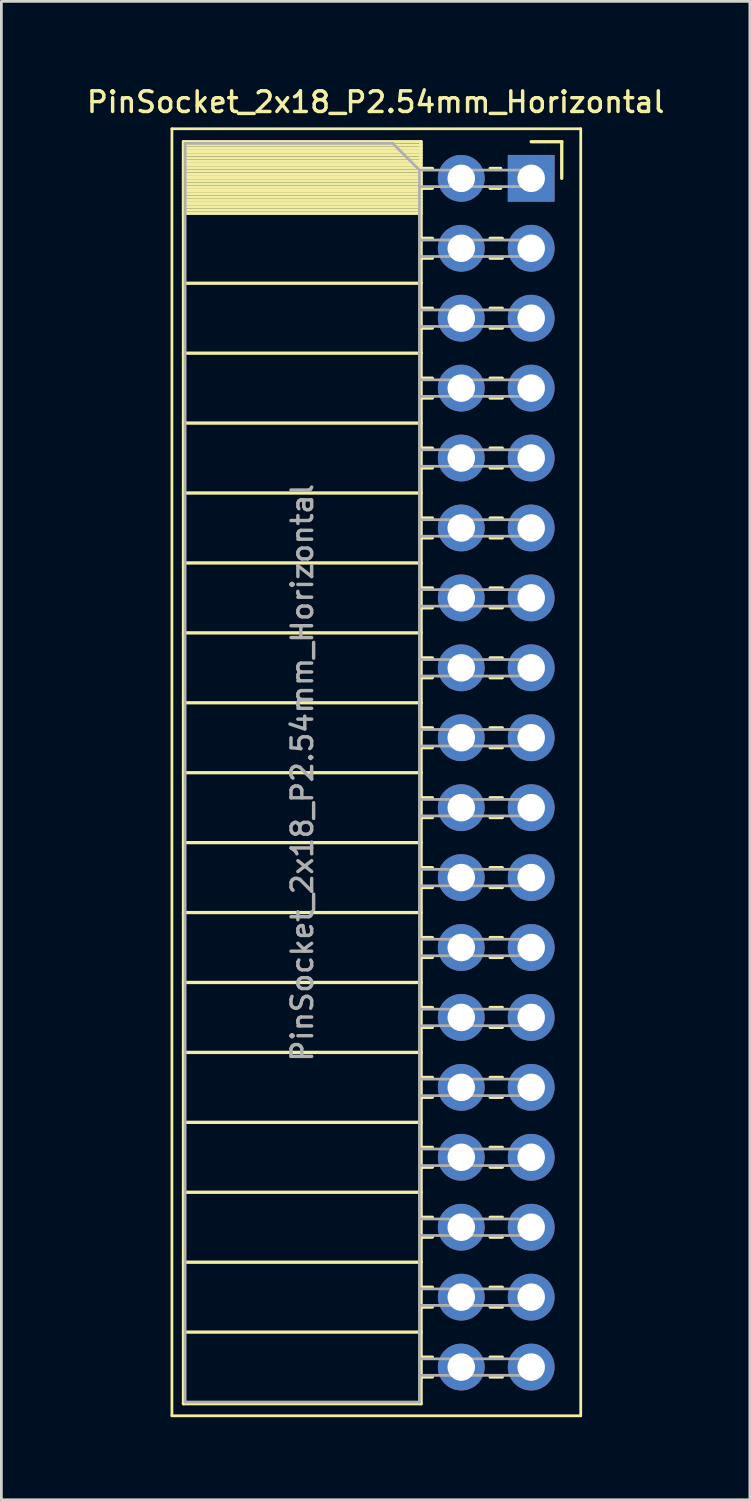
<source format=kicad_pcb>
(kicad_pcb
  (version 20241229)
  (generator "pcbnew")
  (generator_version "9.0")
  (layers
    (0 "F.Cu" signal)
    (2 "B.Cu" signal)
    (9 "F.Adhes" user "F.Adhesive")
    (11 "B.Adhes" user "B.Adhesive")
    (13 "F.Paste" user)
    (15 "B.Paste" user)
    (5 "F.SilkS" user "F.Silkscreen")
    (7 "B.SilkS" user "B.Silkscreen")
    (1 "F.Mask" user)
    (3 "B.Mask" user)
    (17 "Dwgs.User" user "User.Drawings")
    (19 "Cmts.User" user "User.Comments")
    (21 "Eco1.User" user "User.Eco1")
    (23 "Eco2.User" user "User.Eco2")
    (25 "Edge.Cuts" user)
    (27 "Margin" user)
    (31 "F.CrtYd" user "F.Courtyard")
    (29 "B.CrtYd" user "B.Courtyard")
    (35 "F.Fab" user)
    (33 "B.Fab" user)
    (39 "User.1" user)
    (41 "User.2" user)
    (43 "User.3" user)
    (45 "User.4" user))
  (footprint "PinSocket_2x18_P2.54mm_Horizontal"
    (layer "F.Cu")
    (at 16.245 3.428)
    (property "Reference" "PinSocket_2x18_P2.54mm_Horizontal" (at -5.65 -2.77 0) (layer "F.SilkS") (effects (font (size 0.75 0.75) (thickness 0.125))))
    (attr through_hole)
    (fp_line (start -13.05 -1.8) (end -13.05 44.95) (stroke (width 0.1) (type solid)) (layer "F.SilkS"))
    (fp_line (start -13.05 44.95) (end 1.8 44.95) (stroke (width 0.1) (type solid)) (layer "F.SilkS"))
    (fp_line (start -12.63 -1.33) (end -12.63 44.51) (stroke (width 0.12) (type solid)) (layer "F.SilkS"))
    (fp_line (start -12.63 -1.33) (end -4 -1.33) (stroke (width 0.12) (type solid)) (layer "F.SilkS"))
    (fp_line (start -12.63 -1.21) (end -4 -1.21) (stroke (width 0.12) (type solid)) (layer "F.SilkS"))
    (fp_line (start -12.63 -1.092) (end -4 -1.092) (stroke (width 0.12) (type solid)) (layer "F.SilkS"))
    (fp_line (start -12.63 -0.974) (end -4 -0.974) (stroke (width 0.12) (type solid)) (layer "F.SilkS"))
    (fp_line (start -12.63 -0.856) (end -4 -0.856) (stroke (width 0.12) (type solid)) (layer "F.SilkS"))
    (fp_line (start -12.63 -0.738) (end -4 -0.738) (stroke (width 0.12) (type solid)) (layer "F.SilkS"))
    (fp_line (start -12.63 -0.62) (end -4 -0.62) (stroke (width 0.12) (type solid)) (layer "F.SilkS"))
    (fp_line (start -12.63 -0.501) (end -4 -0.501) (stroke (width 0.12) (type solid)) (layer "F.SilkS"))
    (fp_line (start -12.63 -0.383) (end -4 -0.383) (stroke (width 0.12) (type solid)) (layer "F.SilkS"))
    (fp_line (start -12.63 -0.265) (end -4 -0.265) (stroke (width 0.12) (type solid)) (layer "F.SilkS"))
    (fp_line (start -12.63 -0.147) (end -4 -0.147) (stroke (width 0.12) (type solid)) (layer "F.SilkS"))
    (fp_line (start -12.63 -0.029) (end -4 -0.029) (stroke (width 0.12) (type solid)) (layer "F.SilkS"))
    (fp_line (start -12.63 0.089) (end -4 0.089) (stroke (width 0.12) (type solid)) (layer "F.SilkS"))
    (fp_line (start -12.63 0.207) (end -4 0.207) (stroke (width 0.12) (type solid)) (layer "F.SilkS"))
    (fp_line (start -12.63 0.325) (end -4 0.325) (stroke (width 0.12) (type solid)) (layer "F.SilkS"))
    (fp_line (start -12.63 0.443) (end -4 0.443) (stroke (width 0.12) (type solid)) (layer "F.SilkS"))
    (fp_line (start -12.63 0.561) (end -4 0.561) (stroke (width 0.12) (type solid)) (layer "F.SilkS"))
    (fp_line (start -12.63 0.68) (end -4 0.68) (stroke (width 0.12) (type solid)) (layer "F.SilkS"))
    (fp_line (start -12.63 0.798) (end -4 0.798) (stroke (width 0.12) (type solid)) (layer "F.SilkS"))
    (fp_line (start -12.63 0.916) (end -4 0.916) (stroke (width 0.12) (type solid)) (layer "F.SilkS"))
    (fp_line (start -12.63 1.034) (end -4 1.034) (stroke (width 0.12) (type solid)) (layer "F.SilkS"))
    (fp_line (start -12.63 1.152) (end -4 1.152) (stroke (width 0.12) (type solid)) (layer "F.SilkS"))
    (fp_line (start -12.63 1.27) (end -4 1.27) (stroke (width 0.12) (type solid)) (layer "F.SilkS"))
    (fp_line (start -12.63 3.81) (end -4 3.81) (stroke (width 0.12) (type solid)) (layer "F.SilkS"))
    (fp_line (start -12.63 6.35) (end -4 6.35) (stroke (width 0.12) (type solid)) (layer "F.SilkS"))
    (fp_line (start -12.63 8.89) (end -4 8.89) (stroke (width 0.12) (type solid)) (layer "F.SilkS"))
    (fp_line (start -12.63 11.43) (end -4 11.43) (stroke (width 0.12) (type solid)) (layer "F.SilkS"))
    (fp_line (start -12.63 13.97) (end -4 13.97) (stroke (width 0.12) (type solid)) (layer "F.SilkS"))
    (fp_line (start -12.63 16.51) (end -4 16.51) (stroke (width 0.12) (type solid)) (layer "F.SilkS"))
    (fp_line (start -12.63 19.05) (end -4 19.05) (stroke (width 0.12) (type solid)) (layer "F.SilkS"))
    (fp_line (start -12.63 21.59) (end -4 21.59) (stroke (width 0.12) (type solid)) (layer "F.SilkS"))
    (fp_line (start -12.63 24.13) (end -4 24.13) (stroke (width 0.12) (type solid)) (layer "F.SilkS"))
    (fp_line (start -12.63 26.67) (end -4 26.67) (stroke (width 0.12) (type solid)) (layer "F.SilkS"))
    (fp_line (start -12.63 29.21) (end -4 29.21) (stroke (width 0.12) (type solid)) (layer "F.SilkS"))
    (fp_line (start -12.63 31.75) (end -4 31.75) (stroke (width 0.12) (type solid)) (layer "F.SilkS"))
    (fp_line (start -12.63 34.29) (end -4 34.29) (stroke (width 0.12) (type solid)) (layer "F.SilkS"))
    (fp_line (start -12.63 36.83) (end -4 36.83) (stroke (width 0.12) (type solid)) (layer "F.SilkS"))
    (fp_line (start -12.63 39.37) (end -4 39.37) (stroke (width 0.12) (type solid)) (layer "F.SilkS"))
    (fp_line (start -12.63 41.91) (end -4 41.91) (stroke (width 0.12) (type solid)) (layer "F.SilkS"))
    (fp_line (start -12.63 44.51) (end -4 44.51) (stroke (width 0.12) (type solid)) (layer "F.SilkS"))
    (fp_line (start -4 -1.33) (end -4 44.51) (stroke (width 0.12) (type solid)) (layer "F.SilkS"))
    (fp_line (start -4 -0.36) (end -3.59 -0.36) (stroke (width 0.12) (type solid)) (layer "F.SilkS"))
    (fp_line (start -4 0.36) (end -3.59 0.36) (stroke (width 0.12) (type solid)) (layer "F.SilkS"))
    (fp_line (start -4 2.18) (end -3.59 2.18) (stroke (width 0.12) (type solid)) (layer "F.SilkS"))
    (fp_line (start -4 2.9) (end -3.59 2.9) (stroke (width 0.12) (type solid)) (layer "F.SilkS"))
    (fp_line (start -4 4.72) (end -3.59 4.72) (stroke (width 0.12) (type solid)) (layer "F.SilkS"))
    (fp_line (start -4 5.44) (end -3.59 5.44) (stroke (width 0.12) (type solid)) (layer "F.SilkS"))
    (fp_line (start -4 7.26) (end -3.59 7.26) (stroke (width 0.12) (type solid)) (layer "F.SilkS"))
    (fp_line (start -4 7.98) (end -3.59 7.98) (stroke (width 0.12) (type solid)) (layer "F.SilkS"))
    (fp_line (start -4 9.8) (end -3.59 9.8) (stroke (width 0.12) (type solid)) (layer "F.SilkS"))
    (fp_line (start -4 10.52) (end -3.59 10.52) (stroke (width 0.12) (type solid)) (layer "F.SilkS"))
    (fp_line (start -4 12.34) (end -3.59 12.34) (stroke (width 0.12) (type solid)) (layer "F.SilkS"))
    (fp_line (start -4 13.06) (end -3.59 13.06) (stroke (width 0.12) (type solid)) (layer "F.SilkS"))
    (fp_line (start -4 14.88) (end -3.59 14.88) (stroke (width 0.12) (type solid)) (layer "F.SilkS"))
    (fp_line (start -4 15.6) (end -3.59 15.6) (stroke (width 0.12) (type solid)) (layer "F.SilkS"))
    (fp_line (start -4 17.42) (end -3.59 17.42) (stroke (width 0.12) (type solid)) (layer "F.SilkS"))
    (fp_line (start -4 18.14) (end -3.59 18.14) (stroke (width 0.12) (type solid)) (layer "F.SilkS"))
    (fp_line (start -4 19.96) (end -3.59 19.96) (stroke (width 0.12) (type solid)) (layer "F.SilkS"))
    (fp_line (start -4 20.68) (end -3.59 20.68) (stroke (width 0.12) (type solid)) (layer "F.SilkS"))
    (fp_line (start -4 22.5) (end -3.59 22.5) (stroke (width 0.12) (type solid)) (layer "F.SilkS"))
    (fp_line (start -4 23.22) (end -3.59 23.22) (stroke (width 0.12) (type solid)) (layer "F.SilkS"))
    (fp_line (start -4 25.04) (end -3.59 25.04) (stroke (width 0.12) (type solid)) (layer "F.SilkS"))
    (fp_line (start -4 25.76) (end -3.59 25.76) (stroke (width 0.12) (type solid)) (layer "F.SilkS"))
    (fp_line (start -4 27.58) (end -3.59 27.58) (stroke (width 0.12) (type solid)) (layer "F.SilkS"))
    (fp_line (start -4 28.3) (end -3.59 28.3) (stroke (width 0.12) (type solid)) (layer "F.SilkS"))
    (fp_line (start -4 30.12) (end -3.59 30.12) (stroke (width 0.12) (type solid)) (layer "F.SilkS"))
    (fp_line (start -4 30.84) (end -3.59 30.84) (stroke (width 0.12) (type solid)) (layer "F.SilkS"))
    (fp_line (start -4 32.66) (end -3.59 32.66) (stroke (width 0.12) (type solid)) (layer "F.SilkS"))
    (fp_line (start -4 33.38) (end -3.59 33.38) (stroke (width 0.12) (type solid)) (layer "F.SilkS"))
    (fp_line (start -4 35.2) (end -3.59 35.2) (stroke (width 0.12) (type solid)) (layer "F.SilkS"))
    (fp_line (start -4 35.92) (end -3.59 35.92) (stroke (width 0.12) (type solid)) (layer "F.SilkS"))
    (fp_line (start -4 37.74) (end -3.59 37.74) (stroke (width 0.12) (type solid)) (layer "F.SilkS"))
    (fp_line (start -4 38.46) (end -3.59 38.46) (stroke (width 0.12) (type solid)) (layer "F.SilkS"))
    (fp_line (start -4 40.28) (end -3.59 40.28) (stroke (width 0.12) (type solid)) (layer "F.SilkS"))
    (fp_line (start -4 41) (end -3.59 41) (stroke (width 0.12) (type solid)) (layer "F.SilkS"))
    (fp_line (start -4 42.82) (end -3.59 42.82) (stroke (width 0.12) (type solid)) (layer "F.SilkS"))
    (fp_line (start -4 43.54) (end -3.59 43.54) (stroke (width 0.12) (type solid)) (layer "F.SilkS"))
    (fp_line (start -1.49 -0.36) (end -1.11 -0.36) (stroke (width 0.12) (type solid)) (layer "F.SilkS"))
    (fp_line (start -1.49 0.36) (end -1.11 0.36) (stroke (width 0.12) (type solid)) (layer "F.SilkS"))
    (fp_line (start -1.49 2.18) (end -1.05 2.18) (stroke (width 0.12) (type solid)) (layer "F.SilkS"))
    (fp_line (start -1.49 2.9) (end -1.05 2.9) (stroke (width 0.12) (type solid)) (layer "F.SilkS"))
    (fp_line (start -1.49 4.72) (end -1.05 4.72) (stroke (width 0.12) (type solid)) (layer "F.SilkS"))
    (fp_line (start -1.49 5.44) (end -1.05 5.44) (stroke (width 0.12) (type solid)) (layer "F.SilkS"))
    (fp_line (start -1.49 7.26) (end -1.05 7.26) (stroke (width 0.12) (type solid)) (layer "F.SilkS"))
    (fp_line (start -1.49 7.98) (end -1.05 7.98) (stroke (width 0.12) (type solid)) (layer "F.SilkS"))
    (fp_line (start -1.49 9.8) (end -1.05 9.8) (stroke (width 0.12) (type solid)) (layer "F.SilkS"))
    (fp_line (start -1.49 10.52) (end -1.05 10.52) (stroke (width 0.12) (type solid)) (layer "F.SilkS"))
    (fp_line (start -1.49 12.34) (end -1.05 12.34) (stroke (width 0.12) (type solid)) (layer "F.SilkS"))
    (fp_line (start -1.49 13.06) (end -1.05 13.06) (stroke (width 0.12) (type solid)) (layer "F.SilkS"))
    (fp_line (start -1.49 14.88) (end -1.05 14.88) (stroke (width 0.12) (type solid)) (layer "F.SilkS"))
    (fp_line (start -1.49 15.6) (end -1.05 15.6) (stroke (width 0.12) (type solid)) (layer "F.SilkS"))
    (fp_line (start -1.49 17.42) (end -1.05 17.42) (stroke (width 0.12) (type solid)) (layer "F.SilkS"))
    (fp_line (start -1.49 18.14) (end -1.05 18.14) (stroke (width 0.12) (type solid)) (layer "F.SilkS"))
    (fp_line (start -1.49 19.96) (end -1.05 19.96) (stroke (width 0.12) (type solid)) (layer "F.SilkS"))
    (fp_line (start -1.49 20.68) (end -1.05 20.68) (stroke (width 0.12) (type solid)) (layer "F.SilkS"))
    (fp_line (start -1.49 22.5) (end -1.05 22.5) (stroke (width 0.12) (type solid)) (layer "F.SilkS"))
    (fp_line (start -1.49 23.22) (end -1.05 23.22) (stroke (width 0.12) (type solid)) (layer "F.SilkS"))
    (fp_line (start -1.49 25.04) (end -1.05 25.04) (stroke (width 0.12) (type solid)) (layer "F.SilkS"))
    (fp_line (start -1.49 25.76) (end -1.05 25.76) (stroke (width 0.12) (type solid)) (layer "F.SilkS"))
    (fp_line (start -1.49 27.58) (end -1.05 27.58) (stroke (width 0.12) (type solid)) (layer "F.SilkS"))
    (fp_line (start -1.49 28.3) (end -1.05 28.3) (stroke (width 0.12) (type solid)) (layer "F.SilkS"))
    (fp_line (start -1.49 30.12) (end -1.05 30.12) (stroke (width 0.12) (type solid)) (layer "F.SilkS"))
    (fp_line (start -1.49 30.84) (end -1.05 30.84) (stroke (width 0.12) (type solid)) (layer "F.SilkS"))
    (fp_line (start -1.49 32.66) (end -1.05 32.66) (stroke (width 0.12) (type solid)) (layer "F.SilkS"))
    (fp_line (start -1.49 33.38) (end -1.05 33.38) (stroke (width 0.12) (type solid)) (layer "F.SilkS"))
    (fp_line (start -1.49 35.2) (end -1.05 35.2) (stroke (width 0.12) (type solid)) (layer "F.SilkS"))
    (fp_line (start -1.49 35.92) (end -1.05 35.92) (stroke (width 0.12) (type solid)) (layer "F.SilkS"))
    (fp_line (start -1.49 37.74) (end -1.05 37.74) (stroke (width 0.12) (type solid)) (layer "F.SilkS"))
    (fp_line (start -1.49 38.46) (end -1.05 38.46) (stroke (width 0.12) (type solid)) (layer "F.SilkS"))
    (fp_line (start -1.49 40.28) (end -1.05 40.28) (stroke (width 0.12) (type solid)) (layer "F.SilkS"))
    (fp_line (start -1.49 41) (end -1.05 41) (stroke (width 0.12) (type solid)) (layer "F.SilkS"))
    (fp_line (start -1.49 42.82) (end -1.05 42.82) (stroke (width 0.12) (type solid)) (layer "F.SilkS"))
    (fp_line (start -1.49 43.54) (end -1.05 43.54) (stroke (width 0.12) (type solid)) (layer "F.SilkS"))
    (fp_line (start 0 -1.33) (end 1.11 -1.33) (stroke (width 0.12) (type solid)) (layer "F.SilkS"))
    (fp_line (start 1.11 -1.33) (end 1.11 0) (stroke (width 0.12) (type solid)) (layer "F.SilkS"))
    (fp_line (start 1.8 -1.8) (end -13.05 -1.8) (stroke (width 0.1) (type solid)) (layer "F.SilkS"))
    (fp_line (start 1.8 44.95) (end 1.8 -1.8) (stroke (width 0.1) (type solid)) (layer "F.SilkS"))
    (fp_line (start -12.57 -1.27) (end -5.03 -1.27) (stroke (width 0.1) (type solid)) (layer "F.Fab"))
    (fp_line (start -12.57 44.45) (end -12.57 -1.27) (stroke (width 0.1) (type solid)) (layer "F.Fab"))
    (fp_line (start -5.03 -1.27) (end -4.06 -0.3) (stroke (width 0.1) (type solid)) (layer "F.Fab"))
    (fp_line (start -4.06 -0.3) (end -4.06 44.45) (stroke (width 0.1) (type solid)) (layer "F.Fab"))
    (fp_line (start -4.06 0.3) (end 0 0.3) (stroke (width 0.1) (type solid)) (layer "F.Fab"))
    (fp_line (start -4.06 2.84) (end 0 2.84) (stroke (width 0.1) (type solid)) (layer "F.Fab"))
    (fp_line (start -4.06 5.38) (end 0 5.38) (stroke (width 0.1) (type solid)) (layer "F.Fab"))
    (fp_line (start -4.06 7.92) (end 0 7.92) (stroke (width 0.1) (type solid)) (layer "F.Fab"))
    (fp_line (start -4.06 10.46) (end 0 10.46) (stroke (width 0.1) (type solid)) (layer "F.Fab"))
    (fp_line (start -4.06 13) (end 0 13) (stroke (width 0.1) (type solid)) (layer "F.Fab"))
    (fp_line (start -4.06 15.54) (end 0 15.54) (stroke (width 0.1) (type solid)) (layer "F.Fab"))
    (fp_line (start -4.06 18.08) (end 0 18.08) (stroke (width 0.1) (type solid)) (layer "F.Fab"))
    (fp_line (start -4.06 20.62) (end 0 20.62) (stroke (width 0.1) (type solid)) (layer "F.Fab"))
    (fp_line (start -4.06 23.16) (end 0 23.16) (stroke (width 0.1) (type solid)) (layer "F.Fab"))
    (fp_line (start -4.06 25.7) (end 0 25.7) (stroke (width 0.1) (type solid)) (layer "F.Fab"))
    (fp_line (start -4.06 28.24) (end 0 28.24) (stroke (width 0.1) (type solid)) (layer "F.Fab"))
    (fp_line (start -4.06 30.78) (end 0 30.78) (stroke (width 0.1) (type solid)) (layer "F.Fab"))
    (fp_line (start -4.06 33.32) (end 0 33.32) (stroke (width 0.1) (type solid)) (layer "F.Fab"))
    (fp_line (start -4.06 35.86) (end 0 35.86) (stroke (width 0.1) (type solid)) (layer "F.Fab"))
    (fp_line (start -4.06 38.4) (end 0 38.4) (stroke (width 0.1) (type solid)) (layer "F.Fab"))
    (fp_line (start -4.06 40.94) (end 0 40.94) (stroke (width 0.1) (type solid)) (layer "F.Fab"))
    (fp_line (start -4.06 43.48) (end 0 43.48) (stroke (width 0.1) (type solid)) (layer "F.Fab"))
    (fp_line (start -4.06 44.45) (end -12.57 44.45) (stroke (width 0.1) (type solid)) (layer "F.Fab"))
    (fp_line (start 0 -0.3) (end -4.06 -0.3) (stroke (width 0.1) (type solid)) (layer "F.Fab"))
    (fp_line (start 0 0.3) (end 0 -0.3) (stroke (width 0.1) (type solid)) (layer "F.Fab"))
    (fp_line (start 0 2.24) (end -4.06 2.24) (stroke (width 0.1) (type solid)) (layer "F.Fab"))
    (fp_line (start 0 2.84) (end 0 2.24) (stroke (width 0.1) (type solid)) (layer "F.Fab"))
    (fp_line (start 0 4.78) (end -4.06 4.78) (stroke (width 0.1) (type solid)) (layer "F.Fab"))
    (fp_line (start 0 5.38) (end 0 4.78) (stroke (width 0.1) (type solid)) (layer "F.Fab"))
    (fp_line (start 0 7.32) (end -4.06 7.32) (stroke (width 0.1) (type solid)) (layer "F.Fab"))
    (fp_line (start 0 7.92) (end 0 7.32) (stroke (width 0.1) (type solid)) (layer "F.Fab"))
    (fp_line (start 0 9.86) (end -4.06 9.86) (stroke (width 0.1) (type solid)) (layer "F.Fab"))
    (fp_line (start 0 10.46) (end 0 9.86) (stroke (width 0.1) (type solid)) (layer "F.Fab"))
    (fp_line (start 0 12.4) (end -4.06 12.4) (stroke (width 0.1) (type solid)) (layer "F.Fab"))
    (fp_line (start 0 13) (end 0 12.4) (stroke (width 0.1) (type solid)) (layer "F.Fab"))
    (fp_line (start 0 14.94) (end -4.06 14.94) (stroke (width 0.1) (type solid)) (layer "F.Fab"))
    (fp_line (start 0 15.54) (end 0 14.94) (stroke (width 0.1) (type solid)) (layer "F.Fab"))
    (fp_line (start 0 17.48) (end -4.06 17.48) (stroke (width 0.1) (type solid)) (layer "F.Fab"))
    (fp_line (start 0 18.08) (end 0 17.48) (stroke (width 0.1) (type solid)) (layer "F.Fab"))
    (fp_line (start 0 20.02) (end -4.06 20.02) (stroke (width 0.1) (type solid)) (layer "F.Fab"))
    (fp_line (start 0 20.62) (end 0 20.02) (stroke (width 0.1) (type solid)) (layer "F.Fab"))
    (fp_line (start 0 22.56) (end -4.06 22.56) (stroke (width 0.1) (type solid)) (layer "F.Fab"))
    (fp_line (start 0 23.16) (end 0 22.56) (stroke (width 0.1) (type solid)) (layer "F.Fab"))
    (fp_line (start 0 25.1) (end -4.06 25.1) (stroke (width 0.1) (type solid)) (layer "F.Fab"))
    (fp_line (start 0 25.7) (end 0 25.1) (stroke (width 0.1) (type solid)) (layer "F.Fab"))
    (fp_line (start 0 27.64) (end -4.06 27.64) (stroke (width 0.1) (type solid)) (layer "F.Fab"))
    (fp_line (start 0 28.24) (end 0 27.64) (stroke (width 0.1) (type solid)) (layer "F.Fab"))
    (fp_line (start 0 30.18) (end -4.06 30.18) (stroke (width 0.1) (type solid)) (layer "F.Fab"))
    (fp_line (start 0 30.78) (end 0 30.18) (stroke (width 0.1) (type solid)) (layer "F.Fab"))
    (fp_line (start 0 32.72) (end -4.06 32.72) (stroke (width 0.1) (type solid)) (layer "F.Fab"))
    (fp_line (start 0 33.32) (end 0 32.72) (stroke (width 0.1) (type solid)) (layer "F.Fab"))
    (fp_line (start 0 35.26) (end -4.06 35.26) (stroke (width 0.1) (type solid)) (layer "F.Fab"))
    (fp_line (start 0 35.86) (end 0 35.26) (stroke (width 0.1) (type solid)) (layer "F.Fab"))
    (fp_line (start 0 37.8) (end -4.06 37.8) (stroke (width 0.1) (type solid)) (layer "F.Fab"))
    (fp_line (start 0 38.4) (end 0 37.8) (stroke (width 0.1) (type solid)) (layer "F.Fab"))
    (fp_line (start 0 40.34) (end -4.06 40.34) (stroke (width 0.1) (type solid)) (layer "F.Fab"))
    (fp_line (start 0 40.94) (end 0 40.34) (stroke (width 0.1) (type solid)) (layer "F.Fab"))
    (fp_line (start 0 42.88) (end -4.06 42.88) (stroke (width 0.1) (type solid)) (layer "F.Fab"))
    (fp_line (start 0 43.48) (end 0 42.88) (stroke (width 0.1) (type solid)) (layer "F.Fab"))
    (fp_text user "${REFERENCE}" (at -8.315 21.59 90) (layer "F.Fab") (effects (font (size 0.75 0.75) (thickness 0.125))))
    (pad "1" thru_hole rect (at 0 0) (size 1.7 1.7) (drill 1) (layers "*.Cu" "*.Mask"))
    (pad "2" thru_hole oval (at -2.54 0) (size 1.7 1.7) (drill 1) (layers "*.Cu" "*.Mask"))
    (pad "3" thru_hole oval (at 0 2.54) (size 1.7 1.7) (drill 1) (layers "*.Cu" "*.Mask"))
    (pad "4" thru_hole oval (at -2.54 2.54) (size 1.7 1.7) (drill 1) (layers "*.Cu" "*.Mask"))
    (pad "5" thru_hole oval (at 0 5.08) (size 1.7 1.7) (drill 1) (layers "*.Cu" "*.Mask"))
    (pad "6" thru_hole oval (at -2.54 5.08) (size 1.7 1.7) (drill 1) (layers "*.Cu" "*.Mask"))
    (pad "7" thru_hole oval (at 0 7.62) (size 1.7 1.7) (drill 1) (layers "*.Cu" "*.Mask"))
    (pad "8" thru_hole oval (at -2.54 7.62) (size 1.7 1.7) (drill 1) (layers "*.Cu" "*.Mask"))
    (pad "9" thru_hole oval (at 0 10.16) (size 1.7 1.7) (drill 1) (layers "*.Cu" "*.Mask"))
    (pad "10" thru_hole oval (at -2.54 10.16) (size 1.7 1.7) (drill 1) (layers "*.Cu" "*.Mask"))
    (pad "11" thru_hole oval (at 0 12.7) (size 1.7 1.7) (drill 1) (layers "*.Cu" "*.Mask"))
    (pad "12" thru_hole oval (at -2.54 12.7) (size 1.7 1.7) (drill 1) (layers "*.Cu" "*.Mask"))
    (pad "13" thru_hole oval (at 0 15.24) (size 1.7 1.7) (drill 1) (layers "*.Cu" "*.Mask"))
    (pad "14" thru_hole oval (at -2.54 15.24) (size 1.7 1.7) (drill 1) (layers "*.Cu" "*.Mask"))
    (pad "15" thru_hole oval (at 0 17.78) (size 1.7 1.7) (drill 1) (layers "*.Cu" "*.Mask"))
    (pad "16" thru_hole oval (at -2.54 17.78) (size 1.7 1.7) (drill 1) (layers "*.Cu" "*.Mask"))
    (pad "17" thru_hole oval (at 0 20.32) (size 1.7 1.7) (drill 1) (layers "*.Cu" "*.Mask"))
    (pad "18" thru_hole oval (at -2.54 20.32) (size 1.7 1.7) (drill 1) (layers "*.Cu" "*.Mask"))
    (pad "19" thru_hole oval (at 0 22.86) (size 1.7 1.7) (drill 1) (layers "*.Cu" "*.Mask"))
    (pad "20" thru_hole oval (at -2.54 22.86) (size 1.7 1.7) (drill 1) (layers "*.Cu" "*.Mask"))
    (pad "21" thru_hole oval (at 0 25.4) (size 1.7 1.7) (drill 1) (layers "*.Cu" "*.Mask"))
    (pad "22" thru_hole oval (at -2.54 25.4) (size 1.7 1.7) (drill 1) (layers "*.Cu" "*.Mask"))
    (pad "23" thru_hole oval (at 0 27.94) (size 1.7 1.7) (drill 1) (layers "*.Cu" "*.Mask"))
    (pad "24" thru_hole oval (at -2.54 27.94) (size 1.7 1.7) (drill 1) (layers "*.Cu" "*.Mask"))
    (pad "25" thru_hole oval (at 0 30.48) (size 1.7 1.7) (drill 1) (layers "*.Cu" "*.Mask"))
    (pad "26" thru_hole oval (at -2.54 30.48) (size 1.7 1.7) (drill 1) (layers "*.Cu" "*.Mask"))
    (pad "27" thru_hole oval (at 0 33.02) (size 1.7 1.7) (drill 1) (layers "*.Cu" "*.Mask"))
    (pad "28" thru_hole oval (at -2.54 33.02) (size 1.7 1.7) (drill 1) (layers "*.Cu" "*.Mask"))
    (pad "29" thru_hole oval (at 0 35.56) (size 1.7 1.7) (drill 1) (layers "*.Cu" "*.Mask"))
    (pad "30" thru_hole oval (at -2.54 35.56) (size 1.7 1.7) (drill 1) (layers "*.Cu" "*.Mask"))
    (pad "31" thru_hole oval (at 0 38.1) (size 1.7 1.7) (drill 1) (layers "*.Cu" "*.Mask"))
    (pad "32" thru_hole oval (at -2.54 38.1) (size 1.7 1.7) (drill 1) (layers "*.Cu" "*.Mask"))
    (pad "33" thru_hole oval (at 0 40.64) (size 1.7 1.7) (drill 1) (layers "*.Cu" "*.Mask"))
    (pad "34" thru_hole oval (at -2.54 40.64) (size 1.7 1.7) (drill 1) (layers "*.Cu" "*.Mask"))
    (pad "35" thru_hole oval (at 0 43.18) (size 1.7 1.7) (drill 1) (layers "*.Cu" "*.Mask"))
    (pad "36" thru_hole oval (at -2.54 43.18) (size 1.7 1.7) (drill 1) (layers "*.Cu" "*.Mask")))
  (gr_rect
    (start -3 -3)
    (end 24.189 51.428)
    (stroke (width 0.1) (type default))
    (fill no)
    (layer "Edge.Cuts")))
</source>
